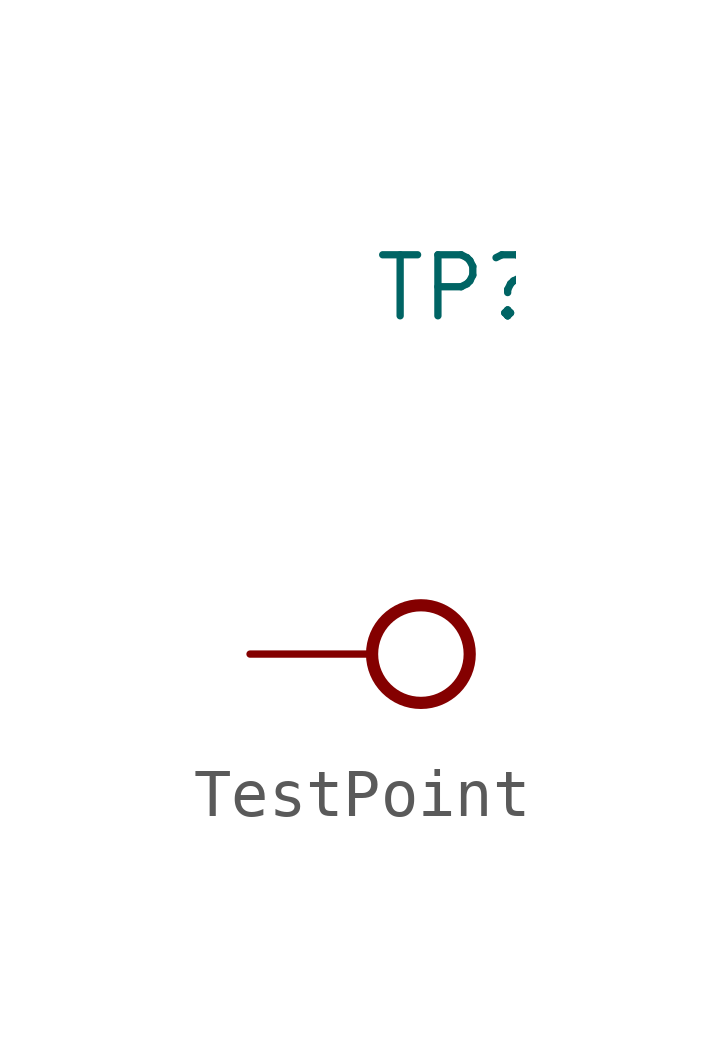
<source format=kicad_sym>
(kicad_symbol_lib
  (version 20211014)
  (generator kicad_symbol_editor)
  (symbol "TestPoint"
    (pin_numbers hide)
    (pin_names
      (offset 0) hide)
    (property "Reference" "TP"
      (at 0 7.62 0)
      (effects (font (size 1.27 1.27)) (justify left)))
    (symbol "TestPoint_0_1"
      (circle (center 1.016 0) (radius 1.016) (stroke (width 0.254) (type default) (color 0 0 0 0)) (fill (type none))))
    (symbol "TestPoint_1_1"
      (pin passive line (at -2.54 0 0) (length 2.54) (name "1" (effects (font (size 1.27 1.27)))) (number "1" (effects (font (size 1.27 1.27))))))))
</source>
